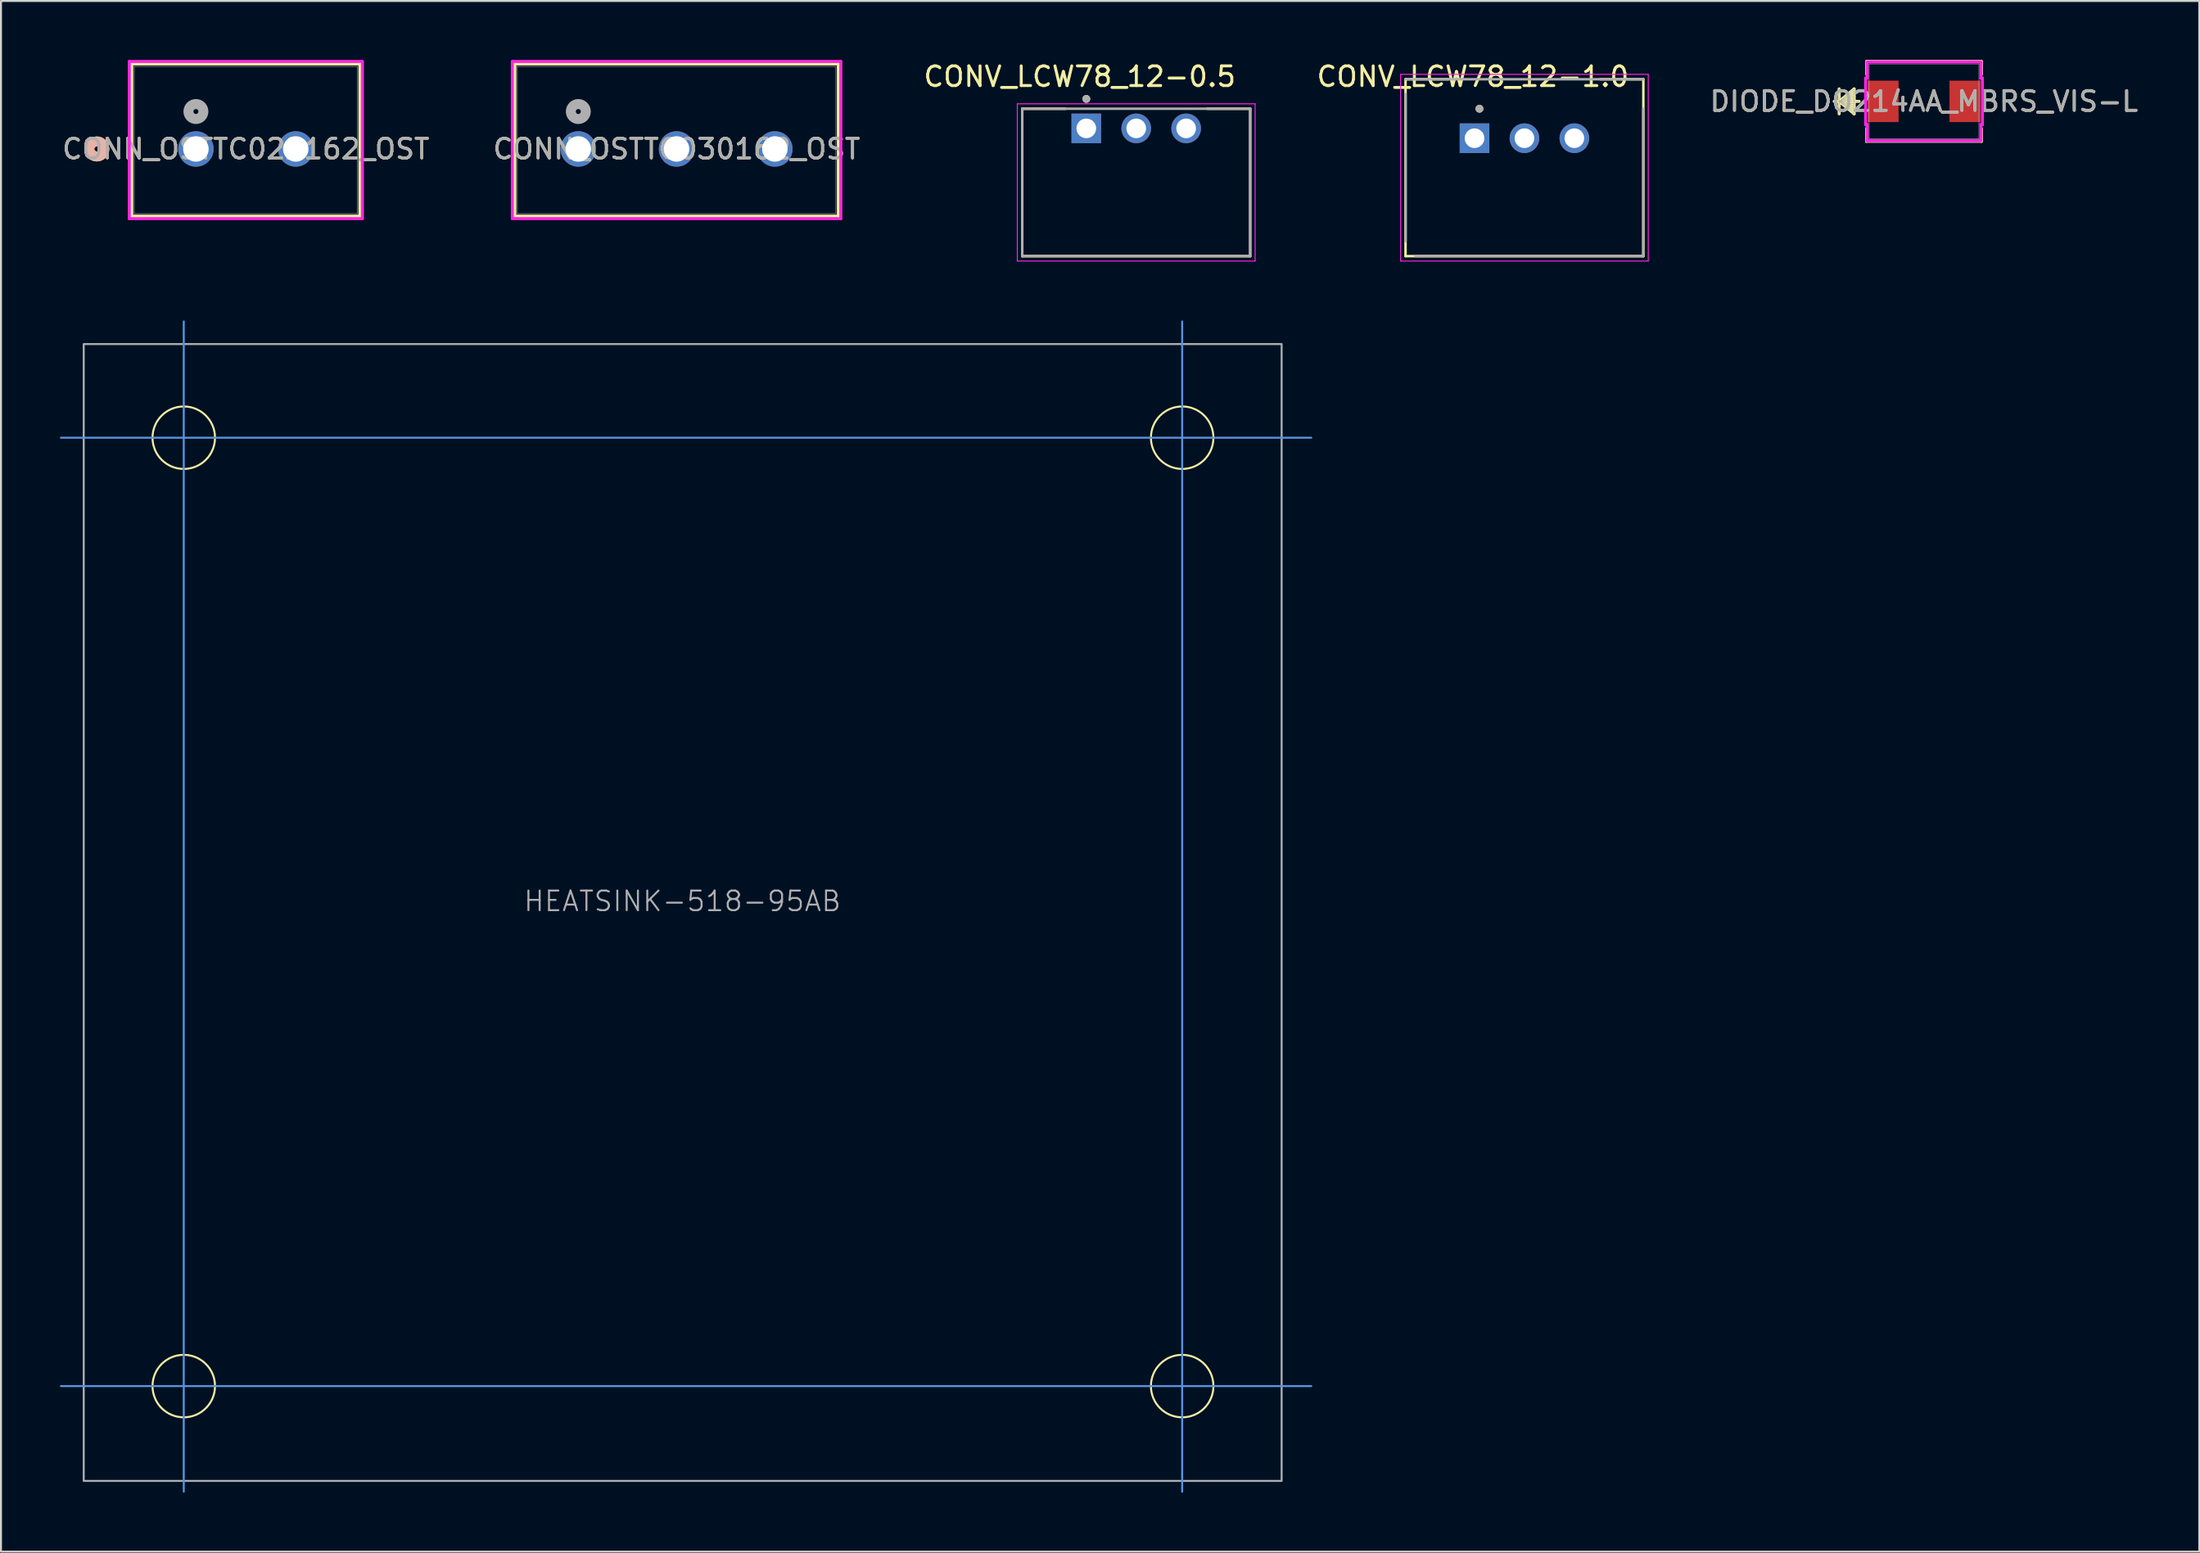
<source format=kicad_pcb>
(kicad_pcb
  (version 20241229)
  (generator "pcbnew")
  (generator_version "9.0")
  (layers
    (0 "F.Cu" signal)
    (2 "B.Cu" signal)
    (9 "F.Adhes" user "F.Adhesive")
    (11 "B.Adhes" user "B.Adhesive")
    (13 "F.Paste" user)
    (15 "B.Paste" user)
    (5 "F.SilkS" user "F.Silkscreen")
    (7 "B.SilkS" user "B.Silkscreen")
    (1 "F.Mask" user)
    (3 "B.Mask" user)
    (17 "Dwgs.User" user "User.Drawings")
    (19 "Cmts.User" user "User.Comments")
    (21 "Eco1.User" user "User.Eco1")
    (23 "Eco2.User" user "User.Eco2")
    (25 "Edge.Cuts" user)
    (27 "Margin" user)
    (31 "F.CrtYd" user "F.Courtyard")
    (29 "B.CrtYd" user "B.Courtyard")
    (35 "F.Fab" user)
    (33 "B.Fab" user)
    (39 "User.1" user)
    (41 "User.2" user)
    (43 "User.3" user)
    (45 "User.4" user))
  (footprint "CONV_LCW78_12-1.0"
    (layer "F.Cu")
    (at 74.765 6.233)
    (property "Reference" "CONV_LCW78_12-1.0" (at -2.875 -5.385 0) (layer "F.SilkS") (effects (font (size 1 1) (thickness 0.15))))
    (attr through_hole)
    (fp_line (start -6.3 -5.25) (end -4.11 -5.25) (stroke (width 0.127) (type solid)) (layer "F.SilkS"))
    (fp_line (start -6.3 3.75) (end -6.3 -5.25) (stroke (width 0.127) (type solid)) (layer "F.SilkS"))
    (fp_line (start 3.61 -5.25) (end 5.8 -5.25) (stroke (width 0.127) (type solid)) (layer "F.SilkS"))
    (fp_line (start 5.8 -5.25) (end 5.8 3.75) (stroke (width 0.127) (type solid)) (layer "F.SilkS"))
    (fp_line (start 5.8 3.75) (end -6.3 3.75) (stroke (width 0.127) (type solid)) (layer "F.SilkS"))
    (fp_circle (center -2.54 -3.75) (end -2.44 -3.75) (stroke (width 0.2) (type solid)) (fill no) (layer "F.SilkS"))
    (fp_line (start -6.55 -5.5) (end -6.55 4) (stroke (width 0.05) (type solid)) (layer "F.CrtYd"))
    (fp_line (start -6.55 4) (end 6.05 4) (stroke (width 0.05) (type solid)) (layer "F.CrtYd"))
    (fp_line (start 6.05 -5.5) (end -6.55 -5.5) (stroke (width 0.05) (type solid)) (layer "F.CrtYd"))
    (fp_line (start 6.05 4) (end 6.05 -5.5) (stroke (width 0.05) (type solid)) (layer "F.CrtYd"))
    (fp_line (start -6.3 -5.25) (end 5.8 -5.25) (stroke (width 0.127) (type solid)) (layer "F.Fab"))
    (fp_line (start -6.3 3) (end -6.3 -4.5) (stroke (width 0.127) (type solid)) (layer "F.Fab"))
    (fp_line (start 5.8 -3.75) (end 5.8 3.75) (stroke (width 0.127) (type solid)) (layer "F.Fab"))
    (fp_line (start 5.8 3.75) (end -5.8 3.75) (stroke (width 0.127) (type solid)) (layer "F.Fab"))
    (fp_circle (center -2.54 -3.75) (end -2.44 -3.75) (stroke (width 0.2) (type solid)) (fill no) (layer "F.Fab"))
    (pad "1" thru_hole rect (at -2.79 -2.25) (size 1.508 1.508) (drill 1) (layers "*.Cu" "*.Mask"))
    (pad "2" thru_hole circle (at -0.25 -2.25) (size 1.508 1.508) (drill 1) (layers "*.Cu" "*.Mask"))
    (pad "3" thru_hole circle (at 2.29 -2.25) (size 1.508 1.508) (drill 1) (layers "*.Cu" "*.Mask")))
  (footprint "CONN_OSTTC022162_OST"
    (layer "F.Cu")
    (at 6.918 4.53)
    (property "Reference" "CONN_OSTTC022162_OST" (at 2.54 0 0) (unlocked yes) (layer "F.SilkS") (effects (font (size 1 1) (thickness 0.15))))
    (attr through_hole)
    (fp_line (start -3.264 -4.327) (end -3.264 3.42) (stroke (width 0.152) (type solid)) (layer "F.SilkS"))
    (fp_line (start -3.264 3.42) (end 8.344 3.42) (stroke (width 0.152) (type solid)) (layer "F.SilkS"))
    (fp_line (start 8.344 -4.327) (end -3.264 -4.327) (stroke (width 0.152) (type solid)) (layer "F.SilkS"))
    (fp_line (start 8.344 3.42) (end 8.344 -4.327) (stroke (width 0.152) (type solid)) (layer "F.SilkS"))
    (fp_circle (center -5.042 0) (end -4.661 0) (stroke (width 0.508) (type solid)) (fill no) (layer "F.SilkS"))
    (fp_circle (center -5.042 0) (end -4.661 0) (stroke (width 0.508) (type solid)) (fill no) (layer "B.SilkS"))
    (fp_line (start -3.391 -4.454) (end -3.391 3.547) (stroke (width 0.152) (type solid)) (layer "F.CrtYd"))
    (fp_line (start -3.391 3.547) (end 8.471 3.547) (stroke (width 0.152) (type solid)) (layer "F.CrtYd"))
    (fp_line (start 8.471 -4.454) (end -3.391 -4.454) (stroke (width 0.152) (type solid)) (layer "F.CrtYd"))
    (fp_line (start 8.471 3.547) (end 8.471 -4.454) (stroke (width 0.152) (type solid)) (layer "F.CrtYd"))
    (fp_line (start -3.137 -4.2) (end -3.137 3.293) (stroke (width 0.025) (type solid)) (layer "F.Fab"))
    (fp_line (start -3.137 3.293) (end 8.217 3.293) (stroke (width 0.025) (type solid)) (layer "F.Fab"))
    (fp_line (start 8.217 -4.2) (end -3.137 -4.2) (stroke (width 0.025) (type solid)) (layer "F.Fab"))
    (fp_line (start 8.217 3.293) (end 8.217 -4.2) (stroke (width 0.025) (type solid)) (layer "F.Fab"))
    (fp_circle (center 0 -1.905) (end 0.381 -1.905) (stroke (width 0.508) (type solid)) (fill no) (layer "F.Fab"))
    (fp_text user "${REFERENCE}" (at 2.54 0 0) (unlocked yes) (layer "F.Fab") (effects (font (size 1 1) (thickness 0.15))))
    (pad "1" thru_hole circle (at 0 0) (size 1.803 1.803) (drill 1.295) (layers "*.Cu" "*.Mask"))
    (pad "2" thru_hole circle (at 5.08 0) (size 1.803 1.803) (drill 1.295) (layers "*.Cu" "*.Mask")))
  (footprint "DIODE_DO214AA_MBRS_VIS-L"
    (layer "F.Cu")
    (at 94.846 2.108)
    (property "Reference" "DIODE_DO214AA_MBRS_VIS-L" (at 0 0 0) (unlocked yes) (layer "F.SilkS") (effects (font (size 1 1) (thickness 0.15))))
    (attr smd)
    (fp_line (start -4.318 -0.635) (end -4.318 0.635) (stroke (width 0.152) (type solid)) (layer "F.SilkS"))
    (fp_line (start -4.318 0) (end -3.556 -0.635) (stroke (width 0.152) (type solid)) (layer "F.SilkS"))
    (fp_line (start -4.318 0) (end -3.556 -0.508) (stroke (width 0.152) (type solid)) (layer "F.SilkS"))
    (fp_line (start -4.318 0) (end -3.556 -0.381) (stroke (width 0.152) (type solid)) (layer "F.SilkS"))
    (fp_line (start -4.318 0) (end -3.556 -0.254) (stroke (width 0.152) (type solid)) (layer "F.SilkS"))
    (fp_line (start -4.318 0) (end -3.556 -0.127) (stroke (width 0.152) (type solid)) (layer "F.SilkS"))
    (fp_line (start -4.318 0) (end -3.556 0.127) (stroke (width 0.152) (type solid)) (layer "F.SilkS"))
    (fp_line (start -4.318 0) (end -3.556 0.254) (stroke (width 0.152) (type solid)) (layer "F.SilkS"))
    (fp_line (start -4.318 0) (end -3.556 0.381) (stroke (width 0.152) (type solid)) (layer "F.SilkS"))
    (fp_line (start -4.318 0) (end -3.556 0.508) (stroke (width 0.152) (type solid)) (layer "F.SilkS"))
    (fp_line (start -4.318 0) (end -3.556 0.635) (stroke (width 0.152) (type solid)) (layer "F.SilkS"))
    (fp_line (start -3.556 -0.635) (end -3.556 0.635) (stroke (width 0.152) (type solid)) (layer "F.SilkS"))
    (fp_line (start -3.302 0) (end -4.572 0) (stroke (width 0.152) (type solid)) (layer "F.SilkS"))
    (fp_line (start -2.921 -2.032) (end -2.921 -1.383) (stroke (width 0.152) (type solid)) (layer "F.SilkS"))
    (fp_line (start -2.921 1.383) (end -2.921 2.032) (stroke (width 0.152) (type solid)) (layer "F.SilkS"))
    (fp_line (start -2.921 2.032) (end 2.921 2.032) (stroke (width 0.152) (type solid)) (layer "F.SilkS"))
    (fp_line (start 2.921 -2.032) (end -2.921 -2.032) (stroke (width 0.152) (type solid)) (layer "F.SilkS"))
    (fp_line (start 2.921 -1.383) (end 2.921 -2.032) (stroke (width 0.152) (type solid)) (layer "F.SilkS"))
    (fp_line (start 2.921 2.032) (end 2.921 1.383) (stroke (width 0.152) (type solid)) (layer "F.SilkS"))
    (fp_line (start -2.972 -1.181) (end -2.896 -1.181) (stroke (width 0.152) (type solid)) (layer "F.CrtYd"))
    (fp_line (start -2.972 1.181) (end -2.972 -1.181) (stroke (width 0.152) (type solid)) (layer "F.CrtYd"))
    (fp_line (start -2.896 -2.007) (end 2.896 -2.007) (stroke (width 0.152) (type solid)) (layer "F.CrtYd"))
    (fp_line (start -2.896 -1.181) (end -2.896 -2.007) (stroke (width 0.152) (type solid)) (layer "F.CrtYd"))
    (fp_line (start -2.896 1.181) (end -2.972 1.181) (stroke (width 0.152) (type solid)) (layer "F.CrtYd"))
    (fp_line (start -2.896 2.007) (end -2.896 1.181) (stroke (width 0.152) (type solid)) (layer "F.CrtYd"))
    (fp_line (start 2.896 -2.007) (end 2.896 -1.181) (stroke (width 0.152) (type solid)) (layer "F.CrtYd"))
    (fp_line (start 2.896 -1.181) (end 2.972 -1.181) (stroke (width 0.152) (type solid)) (layer "F.CrtYd"))
    (fp_line (start 2.896 1.181) (end 2.896 2.007) (stroke (width 0.152) (type solid)) (layer "F.CrtYd"))
    (fp_line (start 2.896 2.007) (end -2.896 2.007) (stroke (width 0.152) (type solid)) (layer "F.CrtYd"))
    (fp_line (start 2.972 -1.181) (end 2.972 1.181) (stroke (width 0.152) (type solid)) (layer "F.CrtYd"))
    (fp_line (start 2.972 1.181) (end 2.896 1.181) (stroke (width 0.152) (type solid)) (layer "F.CrtYd"))
    (fp_line (start -4.318 -0.635) (end -4.318 0.635) (stroke (width 0.025) (type solid)) (layer "F.Fab"))
    (fp_line (start -4.318 0) (end -3.556 -0.635) (stroke (width 0.025) (type solid)) (layer "F.Fab"))
    (fp_line (start -4.318 0) (end -3.556 -0.508) (stroke (width 0.025) (type solid)) (layer "F.Fab"))
    (fp_line (start -4.318 0) (end -3.556 -0.381) (stroke (width 0.025) (type solid)) (layer "F.Fab"))
    (fp_line (start -4.318 0) (end -3.556 -0.254) (stroke (width 0.025) (type solid)) (layer "F.Fab"))
    (fp_line (start -4.318 0) (end -3.556 -0.127) (stroke (width 0.025) (type solid)) (layer "F.Fab"))
    (fp_line (start -4.318 0) (end -3.556 0.127) (stroke (width 0.025) (type solid)) (layer "F.Fab"))
    (fp_line (start -4.318 0) (end -3.556 0.254) (stroke (width 0.025) (type solid)) (layer "F.Fab"))
    (fp_line (start -4.318 0) (end -3.556 0.381) (stroke (width 0.025) (type solid)) (layer "F.Fab"))
    (fp_line (start -4.318 0) (end -3.556 0.508) (stroke (width 0.025) (type solid)) (layer "F.Fab"))
    (fp_line (start -4.318 0) (end -3.556 0.635) (stroke (width 0.025) (type solid)) (layer "F.Fab"))
    (fp_line (start -3.556 -0.635) (end -3.556 0.635) (stroke (width 0.025) (type solid)) (layer "F.Fab"))
    (fp_line (start -3.302 0) (end -4.572 0) (stroke (width 0.025) (type solid)) (layer "F.Fab"))
    (fp_line (start -2.794 -1.905) (end -2.794 1.905) (stroke (width 0.025) (type solid)) (layer "F.Fab"))
    (fp_line (start -2.794 1.905) (end 2.794 1.905) (stroke (width 0.025) (type solid)) (layer "F.Fab"))
    (fp_line (start 2.794 -1.905) (end -2.794 -1.905) (stroke (width 0.025) (type solid)) (layer "F.Fab"))
    (fp_line (start 2.794 1.905) (end 2.794 -1.905) (stroke (width 0.025) (type solid)) (layer "F.Fab"))
    (fp_text user "${REFERENCE}" (at 0 0 0) (unlocked yes) (layer "F.Fab") (effects (font (size 1 1) (thickness 0.15))))
    (pad "1" smd rect (at -2.083 0 90) (size 2.108 1.575) (layers "F.Cu" "F.Mask" "F.Paste"))
    (pad "2" smd rect (at 2.083 0 90) (size 2.108 1.575) (layers "F.Cu" "F.Mask" "F.Paste"))
    (zone (net_name "") (layer "F.Cu") (hatch full 0.508) (connect_pads) (min_thickness 0.254) (filled_areas_thickness no) (keepout (tracks not_allowed) (vias not_allowed) (pads allowed) (copperpour not_allowed) (footprints allowed)) (placement (enabled no)) (fill) (polygon (pts (xy 92.103 0.254) (xy 97.59 0.254) (xy 97.59 0.978) (xy 92.103 0.978))))
    (zone (net_name "") (layer "F.Cu") (hatch full 0.508) (connect_pads) (min_thickness 0.254) (filled_areas_thickness no) (keepout (tracks not_allowed) (vias not_allowed) (pads allowed) (copperpour not_allowed) (footprints allowed)) (placement (enabled no)) (fill) (polygon (pts (xy 92.103 3.239) (xy 97.59 3.239) (xy 97.59 3.962) (xy 92.103 3.962))))
    (zone (net_name "") (layer "F.Cu") (hatch full 0.508) (connect_pads) (min_thickness 0.254) (filled_areas_thickness no) (keepout (tracks not_allowed) (vias not_allowed) (pads allowed) (copperpour not_allowed) (footprints allowed)) (placement (enabled no)) (fill) (polygon (pts (xy 93.602 0.978) (xy 96.091 0.978) (xy 96.091 3.239) (xy 93.602 3.239)))))
  (footprint "CONN_OSTTC030162_OST"
    (layer "F.Cu")
    (at 26.375 4.53)
    (property "Reference" "CONN_OSTTC030162_OST" (at 5 0 0) (unlocked yes) (layer "F.SilkS") (effects (font (size 1 1) (thickness 0.15))))
    (attr through_hole)
    (fp_line (start -3.23 -4.327) (end -3.23 3.42) (stroke (width 0.152) (type solid)) (layer "F.SilkS"))
    (fp_line (start -3.23 3.42) (end 13.23 3.42) (stroke (width 0.152) (type solid)) (layer "F.SilkS"))
    (fp_line (start 13.23 -4.327) (end -3.23 -4.327) (stroke (width 0.152) (type solid)) (layer "F.SilkS"))
    (fp_line (start 13.23 3.42) (end 13.23 -4.327) (stroke (width 0.152) (type solid)) (layer "F.SilkS"))
    (fp_line (start -3.357 -4.454) (end -3.357 3.547) (stroke (width 0.152) (type solid)) (layer "F.CrtYd"))
    (fp_line (start -3.357 3.547) (end 13.357 3.547) (stroke (width 0.152) (type solid)) (layer "F.CrtYd"))
    (fp_line (start 13.357 -4.454) (end -3.357 -4.454) (stroke (width 0.152) (type solid)) (layer "F.CrtYd"))
    (fp_line (start 13.357 3.547) (end 13.357 -4.454) (stroke (width 0.152) (type solid)) (layer "F.CrtYd"))
    (fp_line (start -3.103 -4.2) (end -3.103 3.293) (stroke (width 0.025) (type solid)) (layer "F.Fab"))
    (fp_line (start -3.103 3.293) (end 13.103 3.293) (stroke (width 0.025) (type solid)) (layer "F.Fab"))
    (fp_line (start 13.103 -4.2) (end -3.103 -4.2) (stroke (width 0.025) (type solid)) (layer "F.Fab"))
    (fp_line (start 13.103 3.293) (end 13.103 -4.2) (stroke (width 0.025) (type solid)) (layer "F.Fab"))
    (fp_circle (center 0 -1.905) (end 0.381 -1.905) (stroke (width 0.508) (type solid)) (fill no) (layer "F.Fab"))
    (fp_text user "${REFERENCE}" (at 5 0 0) (unlocked yes) (layer "F.Fab") (effects (font (size 1 1) (thickness 0.15))))
    (pad "1" thru_hole circle (at 0 0) (size 1.803 1.803) (drill 1.295) (layers "*.Cu" "*.Mask"))
    (pad "2" thru_hole circle (at 5 0) (size 1.803 1.803) (drill 1.295) (layers "*.Cu" "*.Mask"))
    (pad "3" thru_hole circle (at 10 0) (size 1.803 1.803) (drill 1.295) (layers "*.Cu" "*.Mask")))
  (footprint "HEATSINK-518-95AB"
    (layer "F.Cu")
    (at 31.67 43.308)
    (property "Reference" "HEATSINK-518-95AB" (at 0 -0.5 0) (unlocked yes) (layer "F.Fab") (effects (font (size 1 1) (thickness 0.1))))
    (attr smd)
    (fp_circle (center -25.37 -24.085) (end -23.78 -24.085) (stroke (width 0.1) (type default)) (fill no) (layer "F.SilkS"))
    (fp_circle (center -25.37 24.175) (end -23.78 24.175) (stroke (width 0.1) (type default)) (fill no) (layer "F.SilkS"))
    (fp_circle (center 25.43 -24.085) (end 27.02 -24.085) (stroke (width 0.1) (type default)) (fill no) (layer "F.SilkS"))
    (fp_circle (center 25.43 24.175) (end 27.02 24.175) (stroke (width 0.1) (type default)) (fill no) (layer "F.SilkS"))
    (fp_line (start -25.37 29.55) (end -25.37 -30) (stroke (width 0.1) (type default)) (layer "Cmts.User"))
    (fp_line (start 25.43 29.55) (end 25.43 -30) (stroke (width 0.1) (type default)) (layer "Cmts.User"))
    (fp_line (start 32 -24.085) (end -31.62 -24.085) (stroke (width 0.1) (type default)) (layer "Cmts.User"))
    (fp_line (start 32 24.175) (end -31.62 24.175) (stroke (width 0.1) (type default)) (layer "Cmts.User"))
    (fp_rect (start -30.46 -28.85) (end 30.49 29) (stroke (width 0.1) (type default)) (fill no) (layer "F.Fab")))
  (footprint "CONV_LCW78_12-0.5"
    (layer "F.Cu")
    (at 54.762 6.233)
    (property "Reference" "CONV_LCW78_12-0.5" (at -2.875 -5.385 0) (layer "F.SilkS") (effects (font (size 1 1) (thickness 0.15))))
    (attr through_hole)
    (fp_line (start -5.8 -3.75) (end -3.61 -3.75) (stroke (width 0.127) (type solid)) (layer "F.SilkS"))
    (fp_line (start -5.8 3.75) (end -5.8 -3.75) (stroke (width 0.127) (type solid)) (layer "F.SilkS"))
    (fp_line (start 3.61 -3.75) (end 5.8 -3.75) (stroke (width 0.127) (type solid)) (layer "F.SilkS"))
    (fp_line (start 5.8 -3.75) (end 5.8 3.75) (stroke (width 0.127) (type solid)) (layer "F.SilkS"))
    (fp_line (start 5.8 3.75) (end -5.8 3.75) (stroke (width 0.127) (type solid)) (layer "F.SilkS"))
    (fp_circle (center -2.54 -4.25) (end -2.44 -4.25) (stroke (width 0.2) (type solid)) (fill no) (layer "F.SilkS"))
    (fp_line (start -6.05 -4) (end -6.05 4) (stroke (width 0.05) (type solid)) (layer "F.CrtYd"))
    (fp_line (start -6.05 4) (end 6.05 4) (stroke (width 0.05) (type solid)) (layer "F.CrtYd"))
    (fp_line (start 6.05 -4) (end -6.05 -4) (stroke (width 0.05) (type solid)) (layer "F.CrtYd"))
    (fp_line (start 6.05 4) (end 6.05 -4) (stroke (width 0.05) (type solid)) (layer "F.CrtYd"))
    (fp_line (start -5.8 -3.75) (end 5.8 -3.75) (stroke (width 0.127) (type solid)) (layer "F.Fab"))
    (fp_line (start -5.8 3.75) (end -5.8 -3.75) (stroke (width 0.127) (type solid)) (layer "F.Fab"))
    (fp_line (start 5.8 -3.75) (end 5.8 3.75) (stroke (width 0.127) (type solid)) (layer "F.Fab"))
    (fp_line (start 5.8 3.75) (end -5.8 3.75) (stroke (width 0.127) (type solid)) (layer "F.Fab"))
    (fp_circle (center -2.54 -4.25) (end -2.44 -4.25) (stroke (width 0.2) (type solid)) (fill no) (layer "F.Fab"))
    (pad "1" thru_hole rect (at -2.54 -2.75) (size 1.508 1.508) (drill 1) (layers "*.Cu" "*.Mask"))
    (pad "2" thru_hole circle (at 0 -2.75) (size 1.508 1.508) (drill 1) (layers "*.Cu" "*.Mask"))
    (pad "3" thru_hole circle (at 2.54 -2.75) (size 1.508 1.508) (drill 1) (layers "*.Cu" "*.Mask")))
  (gr_rect
    (start -3 -3)
    (end 108.852 75.908)
    (stroke (width 0.1) (type default))
    (fill no)
    (layer "Edge.Cuts")))
</source>
